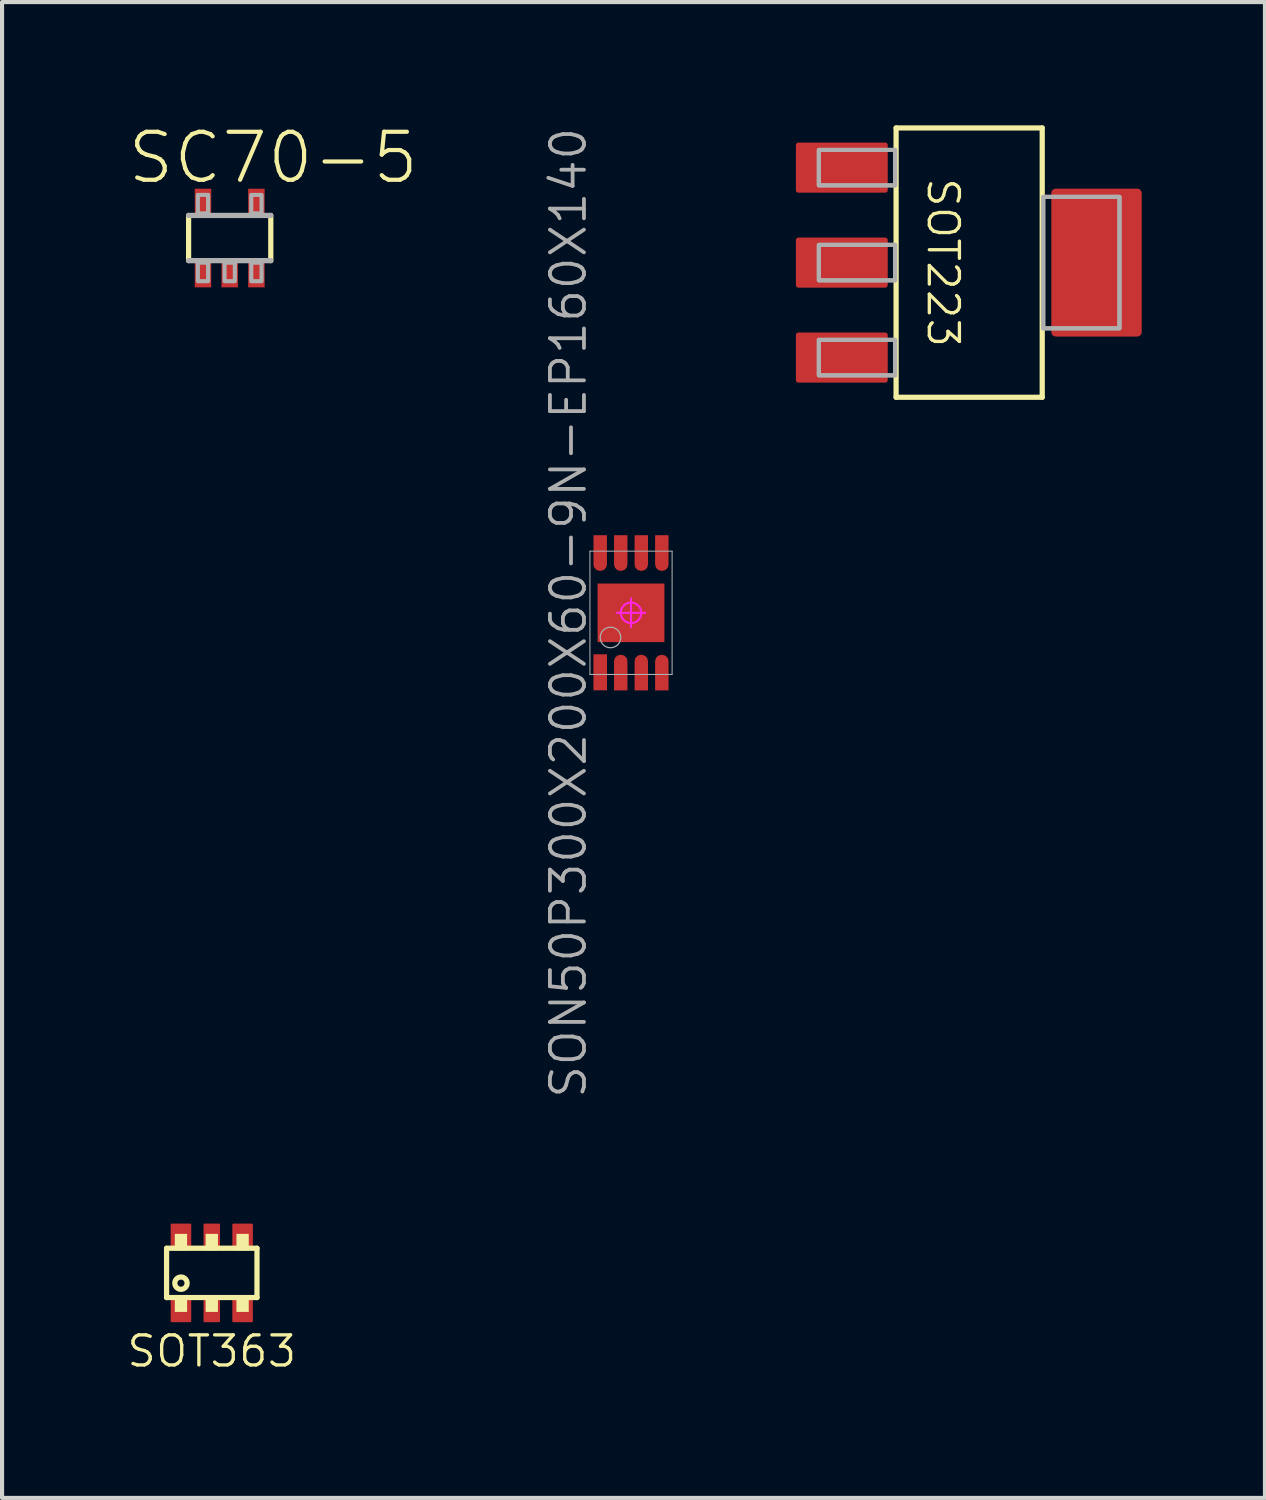
<source format=kicad_pcb>
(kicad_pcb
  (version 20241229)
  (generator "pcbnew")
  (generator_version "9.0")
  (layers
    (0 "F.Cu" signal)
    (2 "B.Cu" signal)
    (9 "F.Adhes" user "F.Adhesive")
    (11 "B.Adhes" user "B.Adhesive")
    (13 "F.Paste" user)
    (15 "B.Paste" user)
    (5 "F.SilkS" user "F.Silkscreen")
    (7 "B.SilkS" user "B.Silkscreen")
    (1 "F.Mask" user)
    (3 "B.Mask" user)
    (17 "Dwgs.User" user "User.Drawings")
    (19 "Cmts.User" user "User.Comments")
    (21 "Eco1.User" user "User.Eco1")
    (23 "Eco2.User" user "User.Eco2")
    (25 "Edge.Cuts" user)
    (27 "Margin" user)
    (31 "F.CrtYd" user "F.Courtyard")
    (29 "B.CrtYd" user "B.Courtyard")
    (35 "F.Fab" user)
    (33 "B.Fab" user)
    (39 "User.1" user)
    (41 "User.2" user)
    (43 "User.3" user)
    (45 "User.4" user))
  (footprint "SOT363"
    (layer "F.Cu")
    (at 2.104 27.928)
    (property "Reference" "SOT363" (at 0 1.905 0) (unlocked yes) (layer "F.SilkS") (effects (font (size 0.732 0.732) (thickness 0.081))))
    (fp_line (start -1.1 -0.6) (end 1.1 -0.6) (stroke (width 0.127) (type solid)) (layer "F.SilkS"))
    (fp_line (start -1.1 0.6) (end -1.1 -0.6) (stroke (width 0.127) (type solid)) (layer "F.SilkS"))
    (fp_line (start 1.1 -0.6) (end 1.1 0.6) (stroke (width 0.127) (type solid)) (layer "F.SilkS"))
    (fp_line (start 1.1 0.6) (end -1.1 0.6) (stroke (width 0.127) (type solid)) (layer "F.SilkS"))
    (fp_circle (center -0.75 0.25) (end -0.6 0.25) (stroke (width 0.127) (type solid)) (fill no) (layer "F.SilkS"))
    (fp_poly (pts (xy -0.6 -0.55) (xy -0.6 -0.95) (xy -0.9 -0.95) (xy -0.9 -0.55)) (stroke (width 0) (type default)) (fill yes) (layer "F.SilkS"))
    (fp_poly (pts (xy -0.6 0.95) (xy -0.6 0.55) (xy -0.9 0.55) (xy -0.9 0.95)) (stroke (width 0) (type default)) (fill yes) (layer "F.SilkS"))
    (fp_poly (pts (xy 0.15 -0.55) (xy 0.15 -0.95) (xy -0.15 -0.95) (xy -0.15 -0.55)) (stroke (width 0) (type default)) (fill yes) (layer "F.SilkS"))
    (fp_poly (pts (xy 0.15 0.95) (xy 0.15 0.55) (xy -0.15 0.55) (xy -0.15 0.95)) (stroke (width 0) (type default)) (fill yes) (layer "F.SilkS"))
    (fp_poly (pts (xy 0.9 -0.55) (xy 0.9 -0.95) (xy 0.6 -0.95) (xy 0.6 -0.55)) (stroke (width 0) (type default)) (fill yes) (layer "F.SilkS"))
    (fp_poly (pts (xy 0.9 0.95) (xy 0.9 0.55) (xy 0.6 0.55) (xy 0.6 0.95)) (stroke (width 0) (type default)) (fill yes) (layer "F.SilkS"))
    (pad "1" smd roundrect (at -0.75 0.9) (size 0.5 0.6) (layers "F.Cu" "F.Mask" "F.Paste") (roundrect_rratio 0.05))
    (pad "2" smd roundrect (at 0 0.9) (size 0.4 0.6) (layers "F.Cu" "F.Mask" "F.Paste") (roundrect_rratio 0.05))
    (pad "3" smd roundrect (at 0.75 0.9) (size 0.5 0.6) (layers "F.Cu" "F.Mask" "F.Paste") (roundrect_rratio 0.05))
    (pad "4" smd roundrect (at 0.75 -0.9) (size 0.5 0.6) (layers "F.Cu" "F.Mask" "F.Paste") (roundrect_rratio 0.05))
    (pad "5" smd roundrect (at 0 -0.9) (size 0.4 0.6) (layers "F.Cu" "F.Mask" "F.Paste") (roundrect_rratio 0.05))
    (pad "6" smd roundrect (at -0.75 -0.9) (size 0.5 0.6) (layers "F.Cu" "F.Mask" "F.Paste") (roundrect_rratio 0.05)))
  (footprint "SOT223"
    (layer "F.Cu")
    (at 20.536 3.341)
    (property "Reference" "SOT223" (at -0.635 0 270) (unlocked yes) (layer "F.SilkS") (effects (font (size 0.732 0.732) (thickness 0.081))))
    (fp_line (start -1.778 -3.277) (end 1.778 -3.277) (stroke (width 0.127) (type solid)) (layer "F.SilkS"))
    (fp_line (start -1.778 3.277) (end -1.778 -3.277) (stroke (width 0.127) (type solid)) (layer "F.SilkS"))
    (fp_line (start 1.778 -3.277) (end 1.778 3.277) (stroke (width 0.127) (type solid)) (layer "F.SilkS"))
    (fp_line (start 1.778 3.277) (end -1.778 3.277) (stroke (width 0.127) (type solid)) (layer "F.SilkS"))
    (fp_poly (pts (xy -3.658 -2.743) (xy -3.658 -1.88) (xy -1.803 -1.88) (xy -1.803 -2.743)) (stroke (width 0.1) (type default)) (fill no) (layer "F.Fab"))
    (fp_poly (pts (xy -3.658 -2.743) (xy -3.658 -1.88) (xy -1.803 -1.88) (xy -1.803 -2.743)) (stroke (width 0.1) (type default)) (fill no) (layer "F.Fab"))
    (fp_poly (pts (xy -3.658 -0.432) (xy -3.658 0.432) (xy -1.803 0.432) (xy -1.803 -0.432)) (stroke (width 0.1) (type default)) (fill no) (layer "F.Fab"))
    (fp_poly (pts (xy -3.658 -0.432) (xy -3.658 0.432) (xy -1.803 0.432) (xy -1.803 -0.432)) (stroke (width 0.1) (type default)) (fill no) (layer "F.Fab"))
    (fp_poly (pts (xy -3.658 1.88) (xy -3.658 2.743) (xy -1.803 2.743) (xy -1.803 1.88)) (stroke (width 0.1) (type default)) (fill no) (layer "F.Fab"))
    (fp_poly (pts (xy -3.658 1.88) (xy -3.658 2.743) (xy -1.803 2.743) (xy -1.803 1.88)) (stroke (width 0.1) (type default)) (fill no) (layer "F.Fab"))
    (fp_poly (pts (xy 1.803 -1.6) (xy 1.803 1.6) (xy 3.658 1.6) (xy 3.658 -1.6)) (stroke (width 0.1) (type default)) (fill no) (layer "F.Fab"))
    (fp_poly (pts (xy 1.803 -1.6) (xy 1.803 1.6) (xy 3.658 1.6) (xy 3.658 -1.6)) (stroke (width 0.1) (type default)) (fill no) (layer "F.Fab"))
    (pad "1" smd roundrect (at -3.099 -2.311 270) (size 1.219 2.235) (layers "F.Cu" "F.Mask" "F.Paste") (roundrect_rratio 0.05))
    (pad "2" smd roundrect (at -3.099 0 270) (size 1.219 2.235) (layers "F.Cu" "F.Mask" "F.Paste") (roundrect_rratio 0.05))
    (pad "3" smd roundrect (at -3.099 2.311 270) (size 1.219 2.235) (layers "F.Cu" "F.Mask" "F.Paste") (roundrect_rratio 0.05))
    (pad "4" smd roundrect (at 3.099 0 270) (size 3.6 2.2) (layers "F.Cu" "F.Mask" "F.Paste") (roundrect_rratio 0.05)))
  (footprint "SC70-5"
    (layer "F.Cu")
    (at 2.54 2.743)
    (property "Reference" "SC70-5" (at -2.54 -1.27 0) (unlocked yes) (layer "F.SilkS") (effects (font (size 1.168 1.168) (thickness 0.102)) (justify left bottom)))
    (fp_line (start -1 -0.55) (end -1 0.55) (stroke (width 0.127) (type solid)) (layer "F.SilkS"))
    (fp_line (start 1 0.55) (end 1 -0.55) (stroke (width 0.127) (type solid)) (layer "F.SilkS"))
    (fp_line (start -1 0.55) (end 1 0.55) (stroke (width 0.127) (type solid)) (layer "F.Fab"))
    (fp_line (start 1 -0.55) (end -1 -0.55) (stroke (width 0.127) (type solid)) (layer "F.Fab"))
    (fp_poly (pts (xy -0.775 -0.6) (xy -0.525 -0.6) (xy -0.525 -1.05) (xy -0.775 -1.05)) (stroke (width 0.1) (type default)) (fill no) (layer "F.Fab"))
    (fp_poly (pts (xy -0.775 1.05) (xy -0.525 1.05) (xy -0.525 0.6) (xy -0.775 0.6)) (stroke (width 0.1) (type default)) (fill no) (layer "F.Fab"))
    (fp_poly (pts (xy -0.125 1.05) (xy 0.125 1.05) (xy 0.125 0.6) (xy -0.125 0.6)) (stroke (width 0.1) (type default)) (fill no) (layer "F.Fab"))
    (fp_poly (pts (xy 0.525 -0.6) (xy 0.775 -0.6) (xy 0.775 -1.05) (xy 0.525 -1.05)) (stroke (width 0.1) (type default)) (fill no) (layer "F.Fab"))
    (fp_poly (pts (xy 0.525 1.05) (xy 0.775 1.05) (xy 0.775 0.6) (xy 0.525 0.6)) (stroke (width 0.1) (type default)) (fill no) (layer "F.Fab"))
    (pad "1" smd rect (at -0.65 0.85) (size 0.4 0.7) (layers "F.Cu" "F.Mask" "F.Paste"))
    (pad "2" smd rect (at 0 0.85) (size 0.4 0.7) (layers "F.Cu" "F.Mask" "F.Paste"))
    (pad "3" smd rect (at 0.65 0.85) (size 0.4 0.7) (layers "F.Cu" "F.Mask" "F.Paste"))
    (pad "4" smd rect (at 0.65 -0.85) (size 0.4 0.7) (layers "F.Cu" "F.Mask" "F.Paste"))
    (pad "5" smd rect (at -0.65 -0.85) (size 0.4 0.7) (layers "F.Cu" "F.Mask" "F.Paste")))
  (footprint "SON50P300X200X60-9N-EP160X140"
    (layer "F.Cu")
    (at 12.307 11.864)
    (property "Reference" "SON50P300X200X60-9N-EP160X140" (at -1.524 0 90) (unlocked yes) (layer "F.Fab") (effects (font (size 0.828 0.828) (thickness 0.092))))
    (fp_poly (pts (xy -0.584 1.886) (xy -0.914 1.886) (xy -0.914 1.01) (xy -0.584 1.01)) (stroke (width 0) (type default)) (fill yes) (layer "F.Cu"))
    (fp_poly (pts (xy 0.813 0.713) (xy -0.813 0.713) (xy -0.813 -0.713) (xy 0.813 -0.713)) (stroke (width 0) (type default)) (fill yes) (layer "F.Cu"))
    (fp_poly (pts (xy -0.587 -1.173) (xy -0.607 -1.098) (xy -0.663 -1.042) (xy -0.738 -1.022) (xy -0.762 -1.022) (xy -0.837 -1.042) (xy -0.893 -1.098) (xy -0.913 -1.173) (xy -0.913 -1.888) (xy -0.587 -1.888)) (stroke (width 0) (type default)) (fill yes) (layer "F.Cu"))
    (fp_poly (pts (xy -0.163 1.042) (xy -0.107 1.098) (xy -0.087 1.173) (xy -0.087 1.888) (xy -0.413 1.888) (xy -0.413 1.173) (xy -0.393 1.098) (xy -0.337 1.042) (xy -0.262 1.022) (xy -0.238 1.022)) (stroke (width 0) (type default)) (fill yes) (layer "F.Cu"))
    (fp_poly (pts (xy -0.087 -1.173) (xy -0.107 -1.098) (xy -0.163 -1.042) (xy -0.238 -1.022) (xy -0.262 -1.022) (xy -0.337 -1.042) (xy -0.393 -1.098) (xy -0.413 -1.173) (xy -0.413 -1.888) (xy -0.087 -1.888)) (stroke (width 0) (type default)) (fill yes) (layer "F.Cu"))
    (fp_poly (pts (xy 0.337 1.042) (xy 0.393 1.098) (xy 0.413 1.173) (xy 0.413 1.888) (xy 0.087 1.888) (xy 0.087 1.173) (xy 0.107 1.098) (xy 0.163 1.042) (xy 0.238 1.022) (xy 0.262 1.022)) (stroke (width 0) (type default)) (fill yes) (layer "F.Cu"))
    (fp_poly (pts (xy 0.413 -1.173) (xy 0.393 -1.098) (xy 0.337 -1.042) (xy 0.262 -1.022) (xy 0.238 -1.022) (xy 0.163 -1.042) (xy 0.107 -1.098) (xy 0.087 -1.173) (xy 0.087 -1.888) (xy 0.413 -1.888)) (stroke (width 0) (type default)) (fill yes) (layer "F.Cu"))
    (fp_poly (pts (xy 0.837 1.042) (xy 0.893 1.098) (xy 0.913 1.173) (xy 0.913 1.888) (xy 0.587 1.888) (xy 0.587 1.173) (xy 0.607 1.098) (xy 0.663 1.042) (xy 0.738 1.022) (xy 0.762 1.022)) (stroke (width 0) (type default)) (fill yes) (layer "F.Cu"))
    (fp_poly (pts (xy 0.913 -1.173) (xy 0.893 -1.098) (xy 0.837 -1.042) (xy 0.762 -1.022) (xy 0.738 -1.022) (xy 0.663 -1.042) (xy 0.607 -1.098) (xy 0.587 -1.173) (xy 0.587 -1.888) (xy 0.913 -1.888)) (stroke (width 0) (type default)) (fill yes) (layer "F.Cu"))
    (fp_poly (pts (xy -0.512 1.962) (xy -0.988 1.962) (xy -0.988 0.938) (xy -0.512 0.938)) (stroke (width 0) (type default)) (fill yes) (layer "F.Mask"))
    (fp_poly (pts (xy 0.888 0.788) (xy -0.888 0.788) (xy -0.888 -0.788) (xy 0.888 -0.788)) (stroke (width 0) (type default)) (fill yes) (layer "F.Mask"))
    (fp_poly (pts (xy -0.512 -1.173) (xy -0.578 -1.015) (xy -0.653 -0.965) (xy -0.739 -0.948) (xy -0.762 -0.948) (xy -0.92 -1.013) (xy -0.97 -1.088) (xy -0.988 -1.174) (xy -0.988 -1.962) (xy -0.512 -1.962)) (stroke (width 0) (type default)) (fill yes) (layer "F.Mask"))
    (fp_poly (pts (xy -0.08 1.013) (xy -0.03 1.088) (xy -0.013 1.174) (xy -0.013 1.962) (xy -0.487 1.962) (xy -0.487 1.173) (xy -0.422 1.015) (xy -0.347 0.965) (xy -0.261 0.948) (xy -0.238 0.948)) (stroke (width 0) (type default)) (fill yes) (layer "F.Mask"))
    (fp_poly (pts (xy -0.013 -1.173) (xy -0.078 -1.015) (xy -0.153 -0.965) (xy -0.239 -0.948) (xy -0.262 -0.948) (xy -0.42 -1.013) (xy -0.47 -1.088) (xy -0.487 -1.174) (xy -0.487 -1.962) (xy -0.013 -1.962)) (stroke (width 0) (type default)) (fill yes) (layer "F.Mask"))
    (fp_poly (pts (xy 0.42 1.013) (xy 0.47 1.088) (xy 0.487 1.174) (xy 0.487 1.962) (xy 0.013 1.962) (xy 0.013 1.173) (xy 0.078 1.015) (xy 0.153 0.965) (xy 0.239 0.948) (xy 0.262 0.948)) (stroke (width 0) (type default)) (fill yes) (layer "F.Mask"))
    (fp_poly (pts (xy 0.487 -1.173) (xy 0.422 -1.015) (xy 0.347 -0.965) (xy 0.261 -0.948) (xy 0.238 -0.948) (xy 0.08 -1.013) (xy 0.03 -1.088) (xy 0.013 -1.174) (xy 0.013 -1.962) (xy 0.487 -1.962)) (stroke (width 0) (type default)) (fill yes) (layer "F.Mask"))
    (fp_poly (pts (xy 0.92 1.013) (xy 0.97 1.088) (xy 0.988 1.174) (xy 0.988 1.962) (xy 0.512 1.962) (xy 0.512 1.173) (xy 0.578 1.015) (xy 0.653 0.965) (xy 0.739 0.948) (xy 0.762 0.948)) (stroke (width 0) (type default)) (fill yes) (layer "F.Mask"))
    (fp_poly (pts (xy 0.988 -1.173) (xy 0.922 -1.015) (xy 0.847 -0.965) (xy 0.761 -0.948) (xy 0.738 -0.948) (xy 0.58 -1.013) (xy 0.53 -1.088) (xy 0.512 -1.174) (xy 0.512 -1.962) (xy 0.988 -1.962)) (stroke (width 0) (type default)) (fill yes) (layer "F.Mask"))
    (fp_poly (pts (xy -0.587 1.888) (xy -0.913 1.888) (xy -0.913 1.012) (xy -0.587 1.012)) (stroke (width 0) (type default)) (fill yes) (layer "F.Paste"))
    (fp_poly (pts (xy -0.1 -0.1) (xy -0.1 -0.65) (xy -0.75 -0.65) (xy -0.75 -0.1)) (stroke (width 0) (type default)) (fill yes) (layer "F.Paste"))
    (fp_poly (pts (xy -0.1 0.65) (xy -0.1 0.1) (xy -0.75 0.1) (xy -0.75 0.65)) (stroke (width 0) (type default)) (fill yes) (layer "F.Paste"))
    (fp_poly (pts (xy 0.75 -0.1) (xy 0.75 -0.65) (xy 0.1 -0.65) (xy 0.1 -0.1)) (stroke (width 0) (type default)) (fill yes) (layer "F.Paste"))
    (fp_poly (pts (xy 0.75 0.65) (xy 0.75 0.1) (xy 0.1 0.1) (xy 0.1 0.65)) (stroke (width 0) (type default)) (fill yes) (layer "F.Paste"))
    (fp_poly (pts (xy -0.587 -1.168) (xy -0.607 -1.093) (xy -0.663 -1.037) (xy -0.738 -1.017) (xy -0.762 -1.017) (xy -0.837 -1.037) (xy -0.893 -1.093) (xy -0.913 -1.168) (xy -0.913 -1.883) (xy -0.587 -1.883)) (stroke (width 0) (type default)) (fill yes) (layer "F.Paste"))
    (fp_poly (pts (xy -0.163 1.042) (xy -0.107 1.098) (xy -0.087 1.173) (xy -0.087 1.888) (xy -0.413 1.888) (xy -0.413 1.173) (xy -0.393 1.098) (xy -0.337 1.042) (xy -0.262 1.022) (xy -0.238 1.022)) (stroke (width 0) (type default)) (fill yes) (layer "F.Paste"))
    (fp_poly (pts (xy -0.087 -1.173) (xy -0.107 -1.098) (xy -0.163 -1.042) (xy -0.238 -1.022) (xy -0.262 -1.022) (xy -0.337 -1.042) (xy -0.393 -1.098) (xy -0.413 -1.173) (xy -0.413 -1.888) (xy -0.087 -1.888)) (stroke (width 0) (type default)) (fill yes) (layer "F.Paste"))
    (fp_poly (pts (xy 0.337 1.042) (xy 0.393 1.098) (xy 0.413 1.173) (xy 0.413 1.888) (xy 0.087 1.888) (xy 0.087 1.173) (xy 0.107 1.098) (xy 0.163 1.042) (xy 0.238 1.022) (xy 0.262 1.022)) (stroke (width 0) (type default)) (fill yes) (layer "F.Paste"))
    (fp_poly (pts (xy 0.413 -1.173) (xy 0.393 -1.098) (xy 0.337 -1.042) (xy 0.262 -1.022) (xy 0.238 -1.022) (xy 0.163 -1.042) (xy 0.107 -1.098) (xy 0.087 -1.173) (xy 0.087 -1.888) (xy 0.413 -1.888)) (stroke (width 0) (type default)) (fill yes) (layer "F.Paste"))
    (fp_poly (pts (xy 0.837 1.042) (xy 0.893 1.098) (xy 0.913 1.173) (xy 0.913 1.888) (xy 0.587 1.888) (xy 0.587 1.173) (xy 0.607 1.098) (xy 0.663 1.042) (xy 0.738 1.022) (xy 0.762 1.022)) (stroke (width 0) (type default)) (fill yes) (layer "F.Paste"))
    (fp_poly (pts (xy 0.913 -1.173) (xy 0.893 -1.098) (xy 0.837 -1.042) (xy 0.762 -1.022) (xy 0.738 -1.022) (xy 0.663 -1.042) (xy 0.607 -1.098) (xy 0.587 -1.173) (xy 0.587 -1.888) (xy 0.913 -1.888)) (stroke (width 0) (type default)) (fill yes) (layer "F.Paste"))
    (fp_line (start -0.35 0) (end 0.35 0) (stroke (width 0.05) (type solid)) (layer "F.CrtYd"))
    (fp_line (start 0 0.35) (end 0 -0.35) (stroke (width 0.05) (type solid)) (layer "F.CrtYd"))
    (fp_circle (center 0 0) (end 0.25 0) (stroke (width 0.05) (type solid)) (fill no) (layer "F.CrtYd"))
    (fp_line (start -1 -1.5) (end -1 1.5) (stroke (width 0.025) (type solid)) (layer "F.Fab"))
    (fp_line (start -1 1.5) (end 1 1.5) (stroke (width 0.025) (type solid)) (layer "F.Fab"))
    (fp_line (start 1 -1.5) (end -1 -1.5) (stroke (width 0.025) (type solid)) (layer "F.Fab"))
    (fp_line (start 1 1.5) (end 1 -1.5) (stroke (width 0.025) (type solid)) (layer "F.Fab"))
    (fp_circle (center -0.5 0.6) (end -0.25 0.6) (stroke (width 0.03) (type solid)) (fill no) (layer "F.Fab"))
    (pad "1" smd roundrect (at -0.75 1.45) (size 0.3 0.85) (layers "F.Cu") (roundrect_rratio 0.015))
    (pad "2" smd roundrect (at -0.25 1.525) (size 0.3 0.7) (layers "F.Cu") (roundrect_rratio 0.015))
    (pad "3" smd roundrect (at 0.25 1.525) (size 0.3 0.7) (layers "F.Cu") (roundrect_rratio 0.015))
    (pad "4" smd roundrect (at 0.75 1.525) (size 0.3 0.7) (layers "F.Cu") (roundrect_rratio 0.015))
    (pad "5" smd roundrect (at 0.75 -1.525) (size 0.3 0.7) (layers "F.Cu") (roundrect_rratio 0.015))
    (pad "6" smd roundrect (at 0.25 -1.525) (size 0.3 0.7) (layers "F.Cu") (roundrect_rratio 0.015))
    (pad "7" smd roundrect (at -0.25 -1.525) (size 0.3 0.7) (layers "F.Cu") (roundrect_rratio 0.015))
    (pad "8" smd roundrect (at -0.75 -1.525) (size 0.3 0.7) (layers "F.Cu") (roundrect_rratio 0.015))
    (pad "9" smd roundrect (at 0 0) (size 1.6 1.4) (layers "F.Cu") (roundrect_rratio 0.015)))
  (gr_rect
    (start -3 -3)
    (end 27.735 33.404)
    (stroke (width 0.1) (type default))
    (fill no)
    (layer "Edge.Cuts")))
</source>
